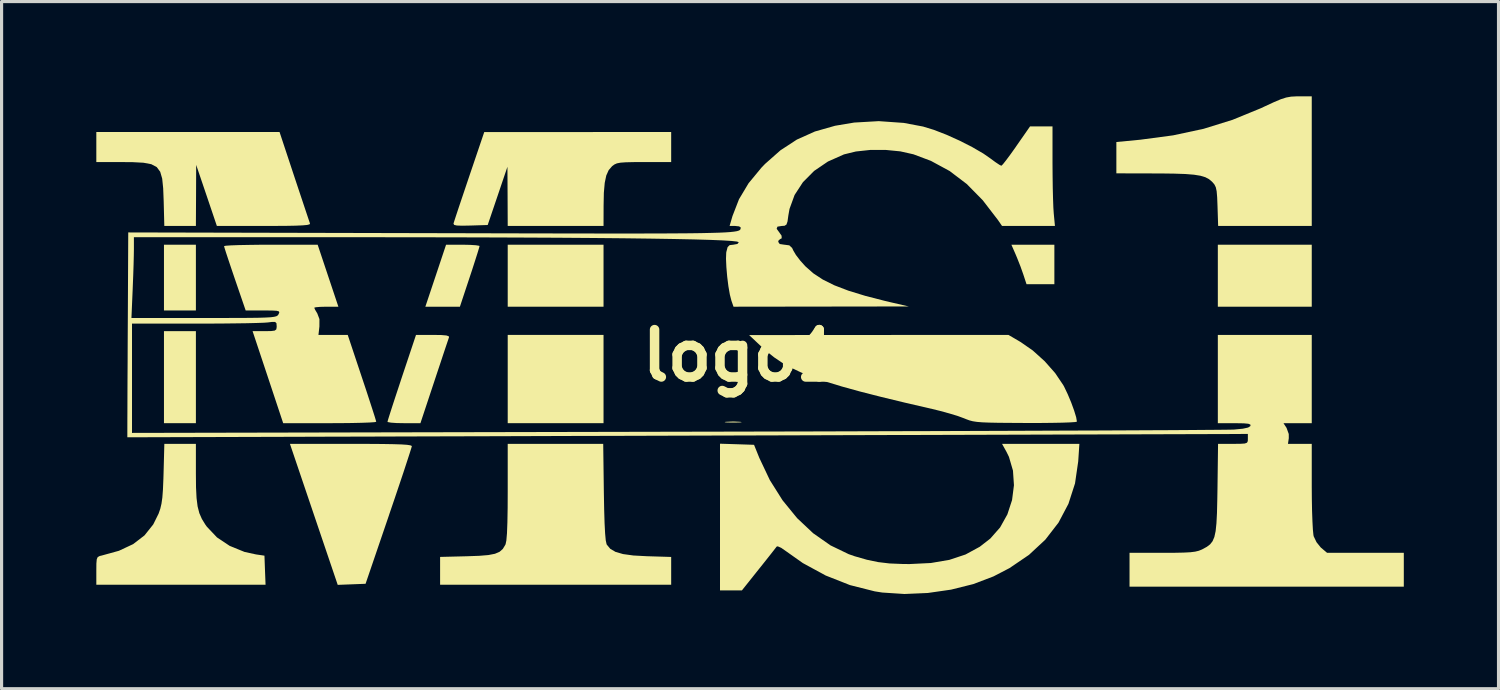
<source format=kicad_pcb>
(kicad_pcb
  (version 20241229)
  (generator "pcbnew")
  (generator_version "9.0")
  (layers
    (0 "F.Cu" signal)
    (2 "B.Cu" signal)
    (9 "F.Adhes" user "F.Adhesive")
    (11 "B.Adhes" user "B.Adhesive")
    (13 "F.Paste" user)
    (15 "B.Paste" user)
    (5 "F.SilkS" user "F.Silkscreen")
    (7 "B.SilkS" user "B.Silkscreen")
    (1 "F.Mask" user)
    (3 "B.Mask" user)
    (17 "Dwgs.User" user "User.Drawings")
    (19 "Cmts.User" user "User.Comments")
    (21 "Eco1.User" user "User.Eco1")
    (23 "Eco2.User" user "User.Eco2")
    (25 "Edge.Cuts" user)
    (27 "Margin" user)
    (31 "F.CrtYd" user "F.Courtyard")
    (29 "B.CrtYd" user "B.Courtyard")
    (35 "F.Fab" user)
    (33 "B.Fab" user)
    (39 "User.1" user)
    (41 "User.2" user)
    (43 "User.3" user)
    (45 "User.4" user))
  (footprint "logo1"
    (layer "F.Cu")
    (at 20.463 8.209)
    (property "Reference" "logo1" (at 0 0 0) (layer "F.SilkS") (effects (font (size 1.5 1.5) (thickness 0.3))))
    (attr board_only exclude_from_pos_files exclude_from_bom)
    (fp_poly (pts (xy -17.31 -2.469) (xy -17.31 -1.428) (xy -17.816 -1.428) (xy -18.321 -1.428) (xy -18.321 -2.469) (xy -18.321 -3.51) (xy -17.816 -3.51) (xy -17.31 -3.51)) (stroke (width 0) (type solid)) (fill yes) (layer "F.SilkS"))
    (fp_poly (pts (xy -17.31 0.684) (xy -17.31 2.141) (xy -17.816 2.141) (xy -18.321 2.141) (xy -18.321 0.684) (xy -18.321 -0.773) (xy -17.816 -0.773) (xy -17.31 -0.773)) (stroke (width 0) (type solid)) (fill yes) (layer "F.SilkS"))
    (fp_poly (pts (xy -4.402 -2.528) (xy -4.402 -1.547) (xy -5.919 -1.547) (xy -7.436 -1.547) (xy -7.436 -2.528) (xy -7.436 -3.51) (xy -5.919 -3.51) (xy -4.402 -3.51)) (stroke (width 0) (type solid)) (fill yes) (layer "F.SilkS"))
    (fp_poly (pts (xy -4.402 0.744) (xy -4.402 2.141) (xy -5.919 2.141) (xy -7.436 2.141) (xy -7.436 0.744) (xy -7.436 -0.654) (xy -5.919 -0.654) (xy -4.402 -0.654)) (stroke (width 0) (type solid)) (fill yes) (layer "F.SilkS"))
    (fp_poly (pts (xy 18.024 -2.528) (xy 18.024 -1.547) (xy 16.537 -1.547) (xy 15.05 -1.547) (xy 15.05 -2.528) (xy 15.05 -3.51) (xy 16.537 -3.51) (xy 18.024 -3.51)) (stroke (width 0) (type solid)) (fill yes) (layer "F.SilkS"))
    (fp_poly (pts (xy -0.074 2.098) (xy -0.022 2.109) (xy -0.076 2.117) (xy -0.225 2.121) (xy -0.297 2.121) (xy -0.476 2.119) (xy -0.565 2.112) (xy -0.552 2.102) (xy -0.52 2.098) (xy -0.297 2.088)) (stroke (width 0) (type solid)) (fill yes) (layer "F.SilkS"))
    (fp_poly (pts (xy 9.874 -2.885) (xy 9.874 -2.26) (xy 9.433 -2.26) (xy 8.992 -2.26) (xy 8.889 -2.573) (xy 8.801 -2.821) (xy 8.695 -3.089) (xy 8.65 -3.197) (xy 8.513 -3.51) (xy 9.194 -3.51) (xy 9.874 -3.51)) (stroke (width 0) (type solid)) (fill yes) (layer "F.SilkS"))
    (fp_poly (pts (xy -8.624 -3.505) (xy -8.442 -3.493) (xy -8.34 -3.476) (xy -8.328 -3.467) (xy -8.346 -3.399) (xy -8.395 -3.238) (xy -8.47 -3.003) (xy -8.563 -2.714) (xy -8.639 -2.485) (xy -8.95 -1.547) (xy -9.497 -1.547) (xy -10.044 -1.547) (xy -9.716 -2.528) (xy -9.388 -3.51) (xy -8.858 -3.51)) (stroke (width 0) (type solid)) (fill yes) (layer "F.SilkS"))
    (fp_poly (pts (xy -11.847 2.797) (xy -11.402 2.8) (xy -11.057 2.806) (xy -10.802 2.814) (xy -10.626 2.826) (xy -10.521 2.842) (xy -10.476 2.861) (xy -10.472 2.87) (xy -10.492 2.941) (xy -10.546 3.112) (xy -10.63 3.37) (xy -10.739 3.703) (xy -10.871 4.096) (xy -11.02 4.538) (xy -11.183 5.016) (xy -11.206 5.086) (xy -11.937 7.227) (xy -12.378 7.244) (xy -12.819 7.261) (xy -13.576 5.028) (xy -14.332 2.796) (xy -12.401 2.796)) (stroke (width 0) (type solid)) (fill yes) (layer "F.SilkS"))
    (fp_poly (pts (xy -9.537 -0.65) (xy -9.375 -0.636) (xy -9.301 -0.609) (xy -9.295 -0.58) (xy -9.32 -0.504) (xy -9.378 -0.333) (xy -9.462 -0.082) (xy -9.566 0.232) (xy -9.686 0.591) (xy -9.761 0.818) (xy -10.2 2.141) (xy -10.721 2.141) (xy -10.954 2.137) (xy -11.133 2.124) (xy -11.231 2.106) (xy -11.243 2.097) (xy -11.225 2.03) (xy -11.174 1.867) (xy -11.096 1.623) (xy -10.995 1.314) (xy -10.877 0.958) (xy -10.792 0.699) (xy -10.34 -0.654) (xy -9.804 -0.654)) (stroke (width 0) (type solid)) (fill yes) (layer "F.SilkS"))
    (fp_poly (pts (xy -14.193 -5.666) (xy -14.063 -5.275) (xy -13.944 -4.919) (xy -13.843 -4.616) (xy -13.764 -4.38) (xy -13.713 -4.228) (xy -13.696 -4.179) (xy -13.712 -4.155) (xy -13.786 -4.136) (xy -13.929 -4.123) (xy -14.152 -4.113) (xy -14.467 -4.107) (xy -14.883 -4.105) (xy -15.157 -4.104) (xy -16.646 -4.104) (xy -16.973 -5.071) (xy -17.301 -6.038) (xy -17.305 -5.071) (xy -17.31 -4.104) (xy -17.81 -4.104) (xy -18.31 -4.104) (xy -18.33 -4.895) (xy -18.346 -5.298) (xy -18.377 -5.602) (xy -18.44 -5.82) (xy -18.55 -5.968) (xy -18.721 -6.059) (xy -18.969 -6.106) (xy -19.308 -6.124) (xy -19.664 -6.127) (xy -20.463 -6.127) (xy -20.463 -6.603) (xy -20.463 -7.079) (xy -17.562 -7.079) (xy -14.661 -7.079)) (stroke (width 0) (type solid)) (fill yes) (layer "F.SilkS"))
    (fp_poly (pts (xy 18.024 -6.157) (xy 18.024 -4.104) (xy 16.542 -4.104) (xy 15.06 -4.104) (xy 15.04 -4.728) (xy 15.029 -5.011) (xy 15.013 -5.202) (xy 14.986 -5.328) (xy 14.943 -5.416) (xy 14.876 -5.495) (xy 14.863 -5.508) (xy 14.769 -5.587) (xy 14.653 -5.648) (xy 14.5 -5.694) (xy 14.295 -5.727) (xy 14.022 -5.749) (xy 13.667 -5.761) (xy 13.214 -5.767) (xy 13.012 -5.767) (xy 11.837 -5.77) (xy 11.837 -6.266) (xy 11.837 -6.762) (xy 12.596 -6.835) (xy 13.634 -6.973) (xy 14.599 -7.18) (xy 15.516 -7.465) (xy 16.414 -7.833) (xy 16.531 -7.888) (xy 16.825 -8.024) (xy 17.043 -8.116) (xy 17.214 -8.171) (xy 17.37 -8.199) (xy 17.539 -8.208) (xy 17.616 -8.209) (xy 18.024 -8.209)) (stroke (width 0) (type solid)) (fill yes) (layer "F.SilkS"))
    (fp_poly (pts (xy -4.392 4.328) (xy -4.382 4.874) (xy -4.369 5.307) (xy -4.352 5.63) (xy -4.332 5.85) (xy -4.306 5.97) (xy -4.3 5.985) (xy -4.19 6.118) (xy -4.022 6.217) (xy -3.783 6.286) (xy -3.456 6.331) (xy -3.026 6.354) (xy -3.019 6.354) (xy -2.26 6.377) (xy -2.26 6.817) (xy -2.26 7.257) (xy -5.919 7.257) (xy -9.577 7.257) (xy -9.577 6.817) (xy -9.577 6.376) (xy -8.729 6.355) (xy -8.338 6.341) (xy -8.048 6.317) (xy -7.839 6.276) (xy -7.693 6.213) (xy -7.591 6.123) (xy -7.516 5.999) (xy -7.504 5.975) (xy -7.479 5.856) (xy -7.459 5.624) (xy -7.446 5.277) (xy -7.438 4.814) (xy -7.436 4.31) (xy -7.436 2.796) (xy -5.924 2.796) (xy -4.412 2.796)) (stroke (width 0) (type solid)) (fill yes) (layer "F.SilkS"))
    (fp_poly (pts (xy -17.31 3.74) (xy -17.306 4.174) (xy -17.289 4.512) (xy -17.256 4.776) (xy -17.201 4.99) (xy -17.12 5.175) (xy -17.009 5.355) (xy -16.963 5.419) (xy -16.642 5.758) (xy -16.237 6.028) (xy -15.769 6.218) (xy -15.407 6.297) (xy -15.139 6.336) (xy -15.122 6.797) (xy -15.104 7.257) (xy -17.783 7.257) (xy -20.463 7.257) (xy -20.463 6.812) (xy -20.461 6.585) (xy -20.449 6.45) (xy -20.418 6.38) (xy -20.358 6.347) (xy -20.299 6.334) (xy -19.748 6.182) (xy -19.296 5.97) (xy -18.936 5.693) (xy -18.66 5.346) (xy -18.491 5.005) (xy -18.438 4.853) (xy -18.4 4.691) (xy -18.372 4.495) (xy -18.353 4.24) (xy -18.339 3.901) (xy -18.334 3.733) (xy -18.309 2.796) (xy -17.809 2.796) (xy -17.31 2.796)) (stroke (width 0) (type solid)) (fill yes) (layer "F.SilkS"))
    (fp_poly (pts (xy -2.26 -6.603) (xy -2.26 -6.127) (xy -3.12 -6.127) (xy -3.459 -6.126) (xy -3.701 -6.12) (xy -3.866 -6.108) (xy -3.978 -6.086) (xy -4.057 -6.051) (xy -4.126 -6) (xy -4.134 -5.993) (xy -4.239 -5.871) (xy -4.315 -5.702) (xy -4.364 -5.469) (xy -4.392 -5.154) (xy -4.4 -4.744) (xy -4.402 -4.104) (xy -5.919 -4.104) (xy -7.436 -4.104) (xy -7.44 -5.041) (xy -7.445 -5.978) (xy -7.757 -5.056) (xy -8.07 -4.134) (xy -8.62 -4.117) (xy -8.883 -4.112) (xy -9.046 -4.118) (xy -9.13 -4.137) (xy -9.152 -4.173) (xy -9.151 -4.185) (xy -9.127 -4.263) (xy -9.07 -4.437) (xy -8.986 -4.691) (xy -8.879 -5.009) (xy -8.756 -5.374) (xy -8.655 -5.674) (xy -8.179 -7.078) (xy -5.22 -7.078) (xy -2.26 -7.079)) (stroke (width 0) (type solid)) (fill yes) (layer "F.SilkS"))
    (fp_poly (pts (xy 8.801 -0.431) (xy 9.19 -0.161) (xy 9.567 0.179) (xy 9.899 0.555) (xy 10.154 0.933) (xy 10.183 0.985) (xy 10.296 1.222) (xy 10.406 1.484) (xy 10.499 1.739) (xy 10.564 1.952) (xy 10.588 2.092) (xy 10.588 2.093) (xy 10.531 2.105) (xy 10.371 2.116) (xy 10.122 2.125) (xy 9.799 2.131) (xy 9.419 2.135) (xy 8.996 2.135) (xy 8.967 2.135) (xy 8.484 2.132) (xy 8.103 2.129) (xy 7.81 2.123) (xy 7.587 2.114) (xy 7.42 2.1) (xy 7.291 2.08) (xy 7.186 2.053) (xy 7.088 2.017) (xy 7.019 1.989) (xy 6.824 1.917) (xy 6.552 1.834) (xy 6.244 1.75) (xy 6.008 1.692) (xy 5.14 1.491) (xy 4.38 1.307) (xy 3.718 1.138) (xy 3.143 0.979) (xy 2.647 0.828) (xy 2.22 0.681) (xy 1.852 0.534) (xy 1.533 0.384) (xy 1.254 0.227) (xy 1.006 0.06) (xy 0.778 -0.121) (xy 0.61 -0.271) (xy 0.208 -0.649) (xy 4.314 -0.652) (xy 8.42 -0.654)) (stroke (width 0) (type solid)) (fill yes) (layer "F.SilkS"))
    (fp_poly (pts (xy -0.175 2.808) (xy 0.364 2.826) (xy 0.532 3.242) (xy 0.865 3.945) (xy 1.267 4.583) (xy 1.727 5.147) (xy 2.236 5.626) (xy 2.784 6.01) (xy 3.362 6.289) (xy 3.548 6.354) (xy 3.939 6.466) (xy 4.293 6.54) (xy 4.656 6.583) (xy 5.072 6.6) (xy 5.287 6.602) (xy 5.962 6.569) (xy 6.549 6.469) (xy 7.061 6.299) (xy 7.512 6.054) (xy 7.845 5.795) (xy 8.155 5.443) (xy 8.386 5.029) (xy 8.534 4.576) (xy 8.594 4.106) (xy 8.563 3.643) (xy 8.436 3.208) (xy 8.358 3.049) (xy 8.217 2.796) (xy 9.441 2.796) (xy 10.666 2.796) (xy 10.629 3.351) (xy 10.528 4.048) (xy 10.319 4.695) (xy 10.005 5.29) (xy 9.588 5.829) (xy 9.071 6.31) (xy 8.455 6.729) (xy 7.944 6.994) (xy 7.308 7.236) (xy 6.603 7.412) (xy 5.865 7.518) (xy 5.127 7.55) (xy 4.424 7.504) (xy 4.184 7.466) (xy 3.401 7.268) (xy 2.633 6.965) (xy 1.909 6.571) (xy 1.377 6.195) (xy 1.225 6.089) (xy 1.116 6.041) (xy 1.08 6.049) (xy 1.03 6.114) (xy 0.921 6.254) (xy 0.766 6.45) (xy 0.58 6.684) (xy 0.51 6.771) (xy -0.02 7.436) (xy -0.367 7.436) (xy -0.714 7.436) (xy -0.714 5.113) (xy -0.714 2.791)) (stroke (width 0) (type solid)) (fill yes) (layer "F.SilkS"))
    (fp_poly (pts (xy 5.105 -7.367) (xy 5.716 -7.252) (xy 6.059 -7.147) (xy 6.456 -6.993) (xy 6.873 -6.805) (xy 7.274 -6.601) (xy 7.623 -6.398) (xy 7.838 -6.249) (xy 8.004 -6.127) (xy 8.133 -6.041) (xy 8.195 -6.01) (xy 8.244 -6.057) (xy 8.345 -6.184) (xy 8.485 -6.372) (xy 8.649 -6.602) (xy 8.671 -6.635) (xy 9.104 -7.257) (xy 9.46 -7.257) (xy 9.815 -7.257) (xy 9.815 -6.082) (xy 9.818 -5.689) (xy 9.823 -5.307) (xy 9.832 -4.963) (xy 9.842 -4.686) (xy 9.854 -4.506) (xy 9.892 -4.104) (xy 9.054 -4.104) (xy 8.217 -4.104) (xy 8.083 -4.298) (xy 7.605 -4.919) (xy 7.1 -5.432) (xy 6.557 -5.844) (xy 5.965 -6.165) (xy 5.411 -6.373) (xy 4.996 -6.466) (xy 4.527 -6.512) (xy 4.044 -6.511) (xy 3.589 -6.462) (xy 3.212 -6.37) (xy 2.704 -6.144) (xy 2.267 -5.847) (xy 1.912 -5.49) (xy 1.648 -5.085) (xy 1.487 -4.643) (xy 1.45 -4.434) (xy 1.424 -4.246) (xy 1.39 -4.148) (xy 1.33 -4.11) (xy 1.241 -4.104) (xy 1.105 -4.082) (xy 1.08 -4.015) (xy 1.16 -3.905) (xy 1.236 -3.796) (xy 1.24 -3.713) (xy 1.19 -3.688) (xy 1.137 -3.64) (xy 1.13 -3.599) (xy 1.177 -3.532) (xy 1.325 -3.51) (xy 1.331 -3.51) (xy 1.481 -3.49) (xy 1.569 -3.408) (xy 1.609 -3.323) (xy 1.691 -3.185) (xy 1.828 -3.006) (xy 1.99 -2.826) (xy 2.24 -2.605) (xy 2.541 -2.407) (xy 2.907 -2.225) (xy 3.351 -2.055) (xy 3.885 -1.891) (xy 4.522 -1.727) (xy 4.667 -1.693) (xy 5.264 -1.555) (xy 2.489 -1.551) (xy -0.286 -1.547) (xy -0.353 -1.74) (xy -0.402 -1.931) (xy -0.448 -2.195) (xy -0.486 -2.497) (xy -0.512 -2.799) (xy -0.524 -3.065) (xy -0.517 -3.258) (xy -0.512 -3.287) (xy -0.473 -3.434) (xy -0.409 -3.497) (xy -0.295 -3.51) (xy -0.162 -3.534) (xy -0.119 -3.589) (xy -0.176 -3.61) (xy -0.346 -3.629) (xy -0.63 -3.647) (xy -1.028 -3.663) (xy -1.541 -3.678) (xy -2.17 -3.691) (xy -2.913 -3.703) (xy -3.773 -3.714) (xy -4.749 -3.723) (xy -5.841 -3.731) (xy -7.051 -3.737) (xy -8.378 -3.742) (xy -9.823 -3.745) (xy -11.386 -3.747) (xy -12.864 -3.747) (xy -19.273 -3.748) (xy -19.273 -3.37) (xy -19.276 -3.172) (xy -19.283 -2.889) (xy -19.294 -2.553) (xy -19.308 -2.2) (xy -19.312 -2.091) (xy -19.351 -1.19) (xy -17.054 -1.19) (xy -16.471 -1.19) (xy -15.995 -1.191) (xy -15.616 -1.193) (xy -15.321 -1.197) (xy -15.1 -1.204) (xy -14.942 -1.213) (xy -14.834 -1.227) (xy -14.765 -1.244) (xy -14.725 -1.266) (xy -14.701 -1.294) (xy -14.693 -1.309) (xy -14.669 -1.364) (xy -14.683 -1.399) (xy -14.754 -1.418) (xy -14.902 -1.426) (xy -15.148 -1.428) (xy -15.181 -1.428) (xy -15.734 -1.429) (xy -16.076 -2.426) (xy -16.186 -2.75) (xy -16.282 -3.036) (xy -16.357 -3.263) (xy -16.404 -3.413) (xy -16.418 -3.466) (xy -16.361 -3.478) (xy -16.201 -3.489) (xy -15.954 -3.498) (xy -15.636 -3.504) (xy -15.263 -3.509) (xy -14.936 -3.51) (xy -13.454 -3.51) (xy -13.126 -2.528) (xy -12.798 -1.547) (xy -13.18 -1.547) (xy -13.376 -1.542) (xy -13.514 -1.53) (xy -13.563 -1.515) (xy -13.533 -1.447) (xy -13.466 -1.335) (xy -13.398 -1.155) (xy -13.399 -0.921) (xy -13.429 -0.654) (xy -12.965 -0.654) (xy -12.502 -0.654) (xy -12.051 0.699) (xy -11.924 1.079) (xy -11.812 1.422) (xy -11.718 1.711) (xy -11.648 1.93) (xy -11.608 2.064) (xy -11.6 2.097) (xy -11.656 2.109) (xy -11.816 2.12) (xy -12.063 2.129) (xy -12.381 2.136) (xy -12.753 2.14) (xy -13.073 2.141) (xy -14.546 2.141) (xy -15.03 0.684) (xy -15.515 -0.773) (xy -15.134 -0.773) (xy -14.928 -0.776) (xy -14.814 -0.791) (xy -14.764 -0.829) (xy -14.752 -0.902) (xy -14.752 -0.93) (xy -14.759 -1.024) (xy -14.801 -1.064) (xy -14.909 -1.064) (xy -15.028 -1.049) (xy -15.153 -1.04) (xy -15.381 -1.032) (xy -15.695 -1.024) (xy -16.08 -1.019) (xy -16.518 -1.014) (xy -16.993 -1.012) (xy -17.318 -1.011) (xy -19.333 -1.011) (xy -19.333 0.719) (xy -19.333 2.449) (xy -2.127 2.412) (xy -0.698 2.409) (xy 0.703 2.406) (xy 2.071 2.403) (xy 3.401 2.399) (xy 4.688 2.395) (xy 5.928 2.392) (xy 7.115 2.388) (xy 8.245 2.384) (xy 9.313 2.38) (xy 10.314 2.376) (xy 11.244 2.373) (xy 12.096 2.369) (xy 12.867 2.365) (xy 13.552 2.362) (xy 14.145 2.358) (xy 14.642 2.354) (xy 15.038 2.351) (xy 15.329 2.348) (xy 15.508 2.345) (xy 15.566 2.343) (xy 15.842 2.316) (xy 16.01 2.279) (xy 16.083 2.23) (xy 16.084 2.226) (xy 16.08 2.185) (xy 16.016 2.159) (xy 15.873 2.146) (xy 15.634 2.142) (xy 15.583 2.141) (xy 15.05 2.141) (xy 15.05 0.744) (xy 15.05 -0.654) (xy 16.537 -0.654) (xy 18.024 -0.654) (xy 18.024 0.744) (xy 18.024 2.141) (xy 17.576 2.141) (xy 17.129 2.141) (xy 17.226 2.29) (xy 17.296 2.484) (xy 17.297 2.617) (xy 17.271 2.796) (xy 17.648 2.796) (xy 18.024 2.796) (xy 18.024 4.149) (xy 18.027 4.552) (xy 18.034 4.928) (xy 18.046 5.254) (xy 18.06 5.512) (xy 18.077 5.681) (xy 18.085 5.722) (xy 18.175 5.91) (xy 18.311 6.079) (xy 18.328 6.093) (xy 18.509 6.246) (xy 19.724 6.246) (xy 20.939 6.246) (xy 20.939 6.781) (xy 20.939 7.317) (xy 16.596 7.317) (xy 12.254 7.317) (xy 12.254 6.781) (xy 12.254 6.246) (xy 13.297 6.246) (xy 13.683 6.245) (xy 13.971 6.239) (xy 14.18 6.228) (xy 14.332 6.209) (xy 14.447 6.181) (xy 14.546 6.141) (xy 14.575 6.126) (xy 14.704 6.055) (xy 14.806 5.977) (xy 14.883 5.879) (xy 14.94 5.745) (xy 14.98 5.561) (xy 15.006 5.312) (xy 15.023 4.984) (xy 15.033 4.561) (xy 15.039 4.209) (xy 15.057 2.796) (xy 15.529 2.796) (xy 15.764 2.794) (xy 15.904 2.785) (xy 15.974 2.759) (xy 15.999 2.708) (xy 16.001 2.639) (xy 16.001 2.482) (xy 3.733 2.519) (xy 2.441 2.523) (xy 1.13 2.527) (xy -0.193 2.531) (xy -1.516 2.535) (xy -2.832 2.539) (xy -4.131 2.543) (xy -5.403 2.546) (xy -6.638 2.55) (xy -7.829 2.554) (xy -8.964 2.557) (xy -10.035 2.56) (xy -11.033 2.563) (xy -11.947 2.566) (xy -12.77 2.568) (xy -13.49 2.57) (xy -14.009 2.572) (xy -19.481 2.588) (xy -19.48 2.008) (xy -19.479 1.825) (xy -19.478 1.538) (xy -19.477 1.164) (xy -19.475 0.718) (xy -19.472 0.215) (xy -19.47 -0.329) (xy -19.467 -0.898) (xy -19.465 -1.236) (xy -19.452 -3.899) (xy -9.808 -3.876) (xy -8.548 -3.873) (xy -7.401 -3.87) (xy -6.363 -3.868) (xy -5.427 -3.866) (xy -4.589 -3.865) (xy -3.843 -3.864) (xy -3.184 -3.865) (xy -2.606 -3.866) (xy -2.104 -3.869) (xy -1.673 -3.872) (xy -1.307 -3.877) (xy -1.002 -3.884) (xy -0.75 -3.891) (xy -0.548 -3.9) (xy -0.39 -3.911) (xy -0.271 -3.924) (xy -0.184 -3.938) (xy -0.125 -3.955) (xy -0.089 -3.973) (xy -0.07 -3.994) (xy -0.062 -4.017) (xy -0.06 -4.042) (xy -0.06 -4.06) (xy -0.111 -4.091) (xy -0.235 -4.104) (xy -0.41 -4.104) (xy -0.319 -4.417) (xy -0.112 -4.951) (xy 0.191 -5.457) (xy 0.6 -5.952) (xy 0.714 -6.07) (xy 1.201 -6.5) (xy 1.72 -6.839) (xy 2.291 -7.095) (xy 2.931 -7.277) (xy 3.534 -7.378) (xy 4.313 -7.423)) (stroke (width 0) (type solid)) (fill yes) (layer "F.SilkS")))
  (gr_rect
    (start -3 -3)
    (end 44.401 18.759)
    (stroke (width 0.1) (type default))
    (fill no)
    (layer "Edge.Cuts")))
</source>
